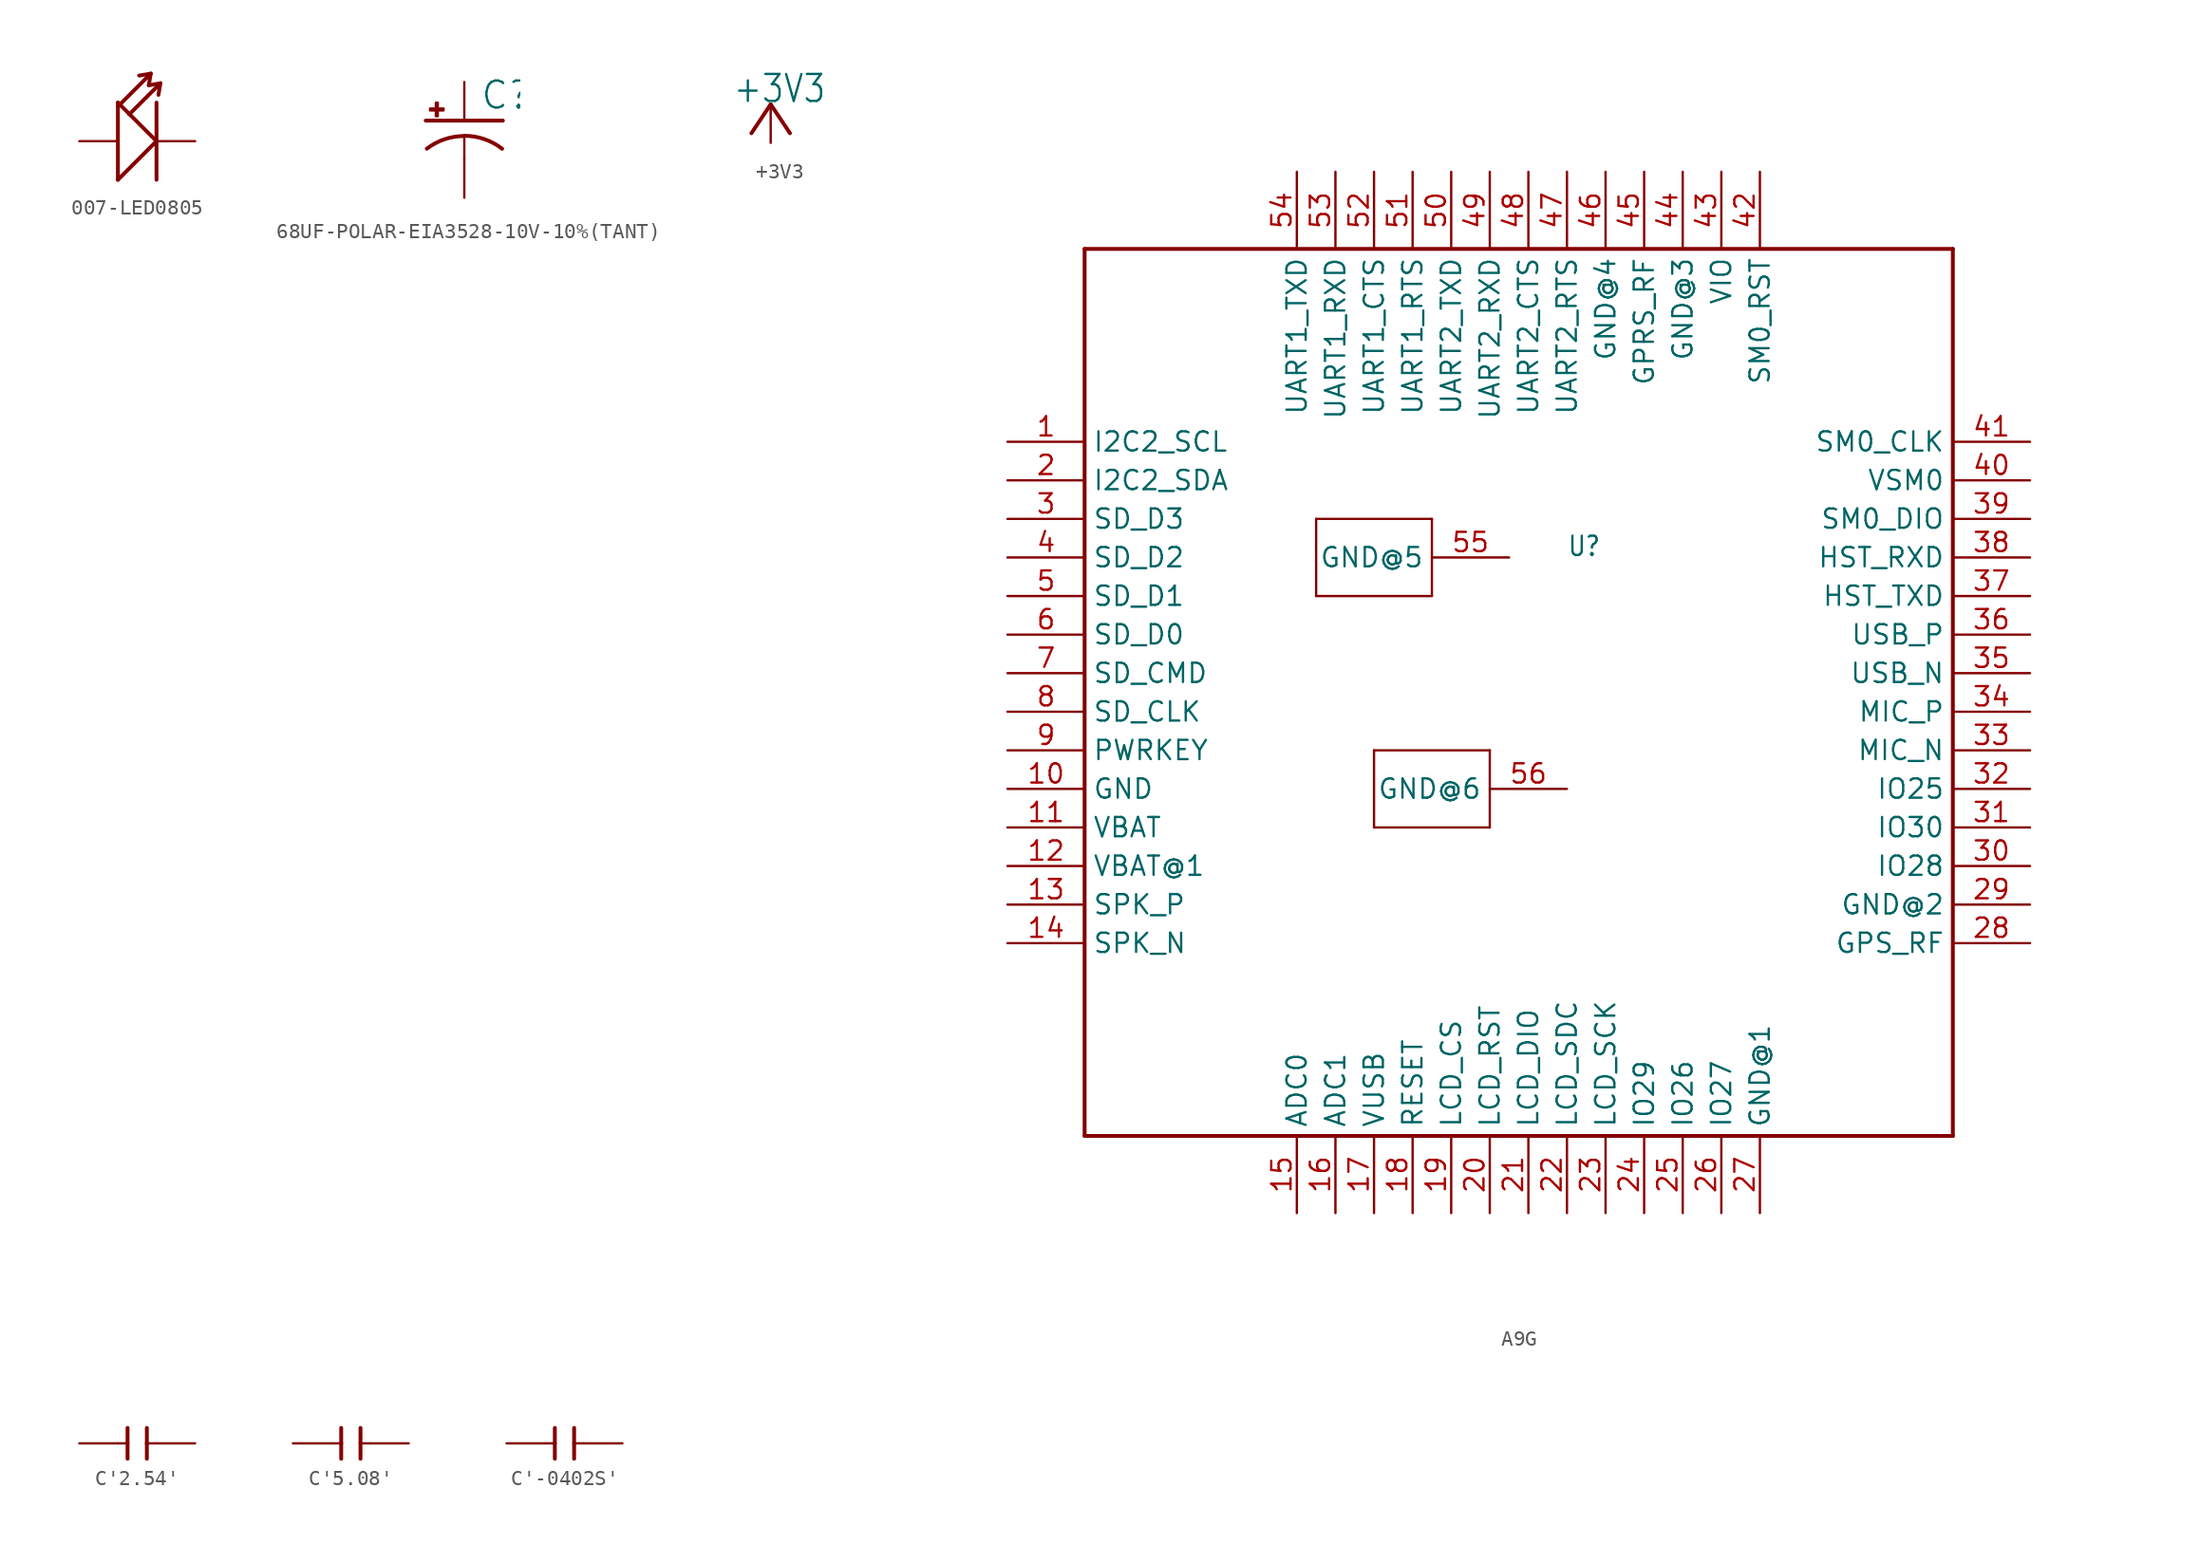
<source format=kicad_sym>
(kicad_symbol_lib
  (version 20220914)
  (generator kicad_symbol_editor)
  (symbol "007-LED0805"
    (property "Reference" "D"
      (at -3.81 0 0)
      (effects (font (size 1.27 1.079)) (justify left bottom) hide))
    (property "ki_locked" ""
      (at 0 0 0)
      (effects (font (size 1.27 1.27))))
    (symbol "007-LED0805_1_0"
      (polyline (pts (xy -1.27 -2.54) (xy -1.27 2.54)) (stroke (width 0.254) (type solid)) (fill (type none)))
      (polyline (pts (xy -1.27 2.54) (xy -1.143 2.413)) (stroke (width 0.254) (type solid)) (fill (type none)))
      (polyline (pts (xy -1.143 2.413) (xy -0.508 1.778)) (stroke (width 0.254) (type solid)) (fill (type none)))
      (polyline (pts (xy -1.143 2.413) (xy 0.889 4.445)) (stroke (width 0.254) (type solid)) (fill (type none)))
      (polyline (pts (xy -0.508 1.778) (xy 1.27 0)) (stroke (width 0.254) (type solid)) (fill (type none)))
      (polyline (pts (xy -0.508 1.778) (xy 1.524 3.81)) (stroke (width 0.254) (type solid)) (fill (type none)))
      (polyline (pts (xy 0.889 4.445) (xy 0.127 4.318)) (stroke (width 0.254) (type solid)) (fill (type none)))
      (polyline (pts (xy 0.889 4.445) (xy 0.762 3.683)) (stroke (width 0.254) (type solid)) (fill (type none)))
      (polyline (pts (xy 1.27 0) (xy -1.27 -2.54)) (stroke (width 0.254) (type solid)) (fill (type none)))
      (polyline (pts (xy 1.27 2.54) (xy 1.27 -2.54)) (stroke (width 0.254) (type solid)) (fill (type none)))
      (polyline (pts (xy 1.524 3.81) (xy 0.762 3.683)) (stroke (width 0.254) (type solid)) (fill (type none)))
      (polyline (pts (xy 1.524 3.81) (xy 1.397 3.048)) (stroke (width 0.254) (type solid)) (fill (type none)))
      (pin passive line (at -3.81 0 0) (length 2.54) (name "+" (effects (font (size 0 0)))) (number "+" (effects (font (size 0 0)))))
      (pin passive line (at 3.81 0 180) (length 2.54) (name "-" (effects (font (size 0 0)))) (number "-" (effects (font (size 0 0)))))))
  (symbol "68UF-POLAR-EIA3528-10V-10%(TANT)"
    (property "Reference" "C"
      (at 1.016 0.635 0)
      (effects (font (size 1.778 1.778)) (justify left bottom)))
    (property "Value" ""
      (at 1.016 -4.191 0)
      (effects (font (size 1.778 1.778)) (justify left bottom)))
    (property "ki_locked" ""
      (at 0 0 0)
      (effects (font (size 1.27 1.27))))
    (symbol "68UF-POLAR-EIA3528-10V-10%(TANT)_1_0"
      (rectangle (start -2.253 0.668) (end -1.364 0.795) (stroke (width 0) (type default)) (fill (type outline)))
      (rectangle (start -1.872 0.287) (end -1.745 1.176) (stroke (width 0) (type default)) (fill (type outline)))
      (arc (start 0 -1.0161) (mid -1.3021 -1.2303) (end -2.4669 -1.8504) (stroke (width 0.254) (type solid)) (fill (type none)))
      (polyline (pts (xy -2.54 0) (xy 2.54 0)) (stroke (width 0.254) (type solid)) (fill (type none)))
      (polyline (pts (xy 0 -1.016) (xy 0 -2.54)) (stroke (width 0.152) (type solid)) (fill (type none)))
      (arc (start 2.4892 -1.8541) (mid 1.3158 -1.2194) (end 0 -1) (stroke (width 0.254) (type solid)) (fill (type none)))
      (pin passive line (at 0 2.54 270) (length 2.54) (name "+" (effects (font (size 0 0)))) (number "A" (effects (font (size 0 0)))))
      (pin passive line (at 0 -5.08 90) (length 2.54) (name "-" (effects (font (size 0 0)))) (number "C" (effects (font (size 0 0)))))))
  (symbol "+3V3"
    (power)
    (property "Reference" "#+3V3"
      (at 0 0 0)
      (effects (font (size 1.27 1.27)) hide))
    (property "Value" "+3V3"
      (at -2.54 0 0)
      (effects (font (size 1.778 1.511)) (justify left bottom)))
    (property "ki_locked" ""
      (at 0 0 0)
      (effects (font (size 1.27 1.27))))
    (symbol "+3V3_1_0"
      (polyline (pts (xy 0 0) (xy -1.27 -1.905)) (stroke (width 0.254) (type solid)) (fill (type none)))
      (polyline (pts (xy 1.27 -1.905) (xy 0 0)) (stroke (width 0.254) (type solid)) (fill (type none)))
      (pin power_in line (at 0 -2.54 90) (length 2.54) (name "+3V3" (effects (font (size 0 0)))) (number "1" (effects (font (size 0 0)))))))
  (symbol "A9G"
    (property "Reference" "U"
      (at 2.54 8.89 0)
      (effects (font (size 1.27 1.079)) (justify left bottom)))
    (property "Value" ""
      (at 2.54 6.35 0)
      (effects (font (size 1.27 1.079)) (justify left bottom)))
    (property "ki_locked" ""
      (at 0 0 0)
      (effects (font (size 1.27 1.27))))
    (symbol "A9G_1_0"
      (polyline (pts (xy -29.21 -29.21) (xy 27.94 -29.21)) (stroke (width 0.254) (type solid)) (fill (type none)))
      (polyline (pts (xy -29.21 29.21) (xy -29.21 -29.21)) (stroke (width 0.254) (type solid)) (fill (type none)))
      (polyline (pts (xy -13.97 6.35) (xy -13.97 11.43)) (stroke (width 0.152) (type solid)) (fill (type none)))
      (polyline (pts (xy -13.97 11.43) (xy -6.35 11.43)) (stroke (width 0.152) (type solid)) (fill (type none)))
      (polyline (pts (xy -10.16 -8.89) (xy -2.54 -8.89)) (stroke (width 0.152) (type solid)) (fill (type none)))
      (polyline (pts (xy -10.16 -3.81) (xy -10.16 -8.89)) (stroke (width 0.152) (type solid)) (fill (type none)))
      (polyline (pts (xy -6.35 6.35) (xy -13.97 6.35)) (stroke (width 0.152) (type solid)) (fill (type none)))
      (polyline (pts (xy -6.35 11.43) (xy -6.35 6.35)) (stroke (width 0.152) (type solid)) (fill (type none)))
      (polyline (pts (xy -2.54 -8.89) (xy -2.54 -3.81)) (stroke (width 0.152) (type solid)) (fill (type none)))
      (polyline (pts (xy -2.54 -3.81) (xy -10.16 -3.81)) (stroke (width 0.152) (type solid)) (fill (type none)))
      (polyline (pts (xy 27.94 -29.21) (xy 27.94 29.21)) (stroke (width 0.254) (type solid)) (fill (type none)))
      (polyline (pts (xy 27.94 29.21) (xy -29.21 29.21)) (stroke (width 0.254) (type solid)) (fill (type none)))
      (pin bidirectional line (at -34.29 16.51 0) (length 5.08) (name "I2C2_SCL" (effects (font (size 1.27 1.27)))) (number "1" (effects (font (size 1.27 1.27)))))
      (pin bidirectional line (at -34.29 -6.35 0) (length 5.08) (name "GND" (effects (font (size 1.27 1.27)))) (number "10" (effects (font (size 1.27 1.27)))))
      (pin bidirectional line (at -34.29 -8.89 0) (length 5.08) (name "VBAT" (effects (font (size 1.27 1.27)))) (number "11" (effects (font (size 1.27 1.27)))))
      (pin bidirectional line (at -34.29 -11.43 0) (length 5.08) (name "VBAT@1" (effects (font (size 1.27 1.27)))) (number "12" (effects (font (size 1.27 1.27)))))
      (pin bidirectional line (at -34.29 -13.97 0) (length 5.08) (name "SPK_P" (effects (font (size 1.27 1.27)))) (number "13" (effects (font (size 1.27 1.27)))))
      (pin bidirectional line (at -34.29 -16.51 0) (length 5.08) (name "SPK_N" (effects (font (size 1.27 1.27)))) (number "14" (effects (font (size 1.27 1.27)))))
      (pin bidirectional line (at -15.24 -34.29 90) (length 5.08) (name "ADC0" (effects (font (size 1.27 1.27)))) (number "15" (effects (font (size 1.27 1.27)))))
      (pin bidirectional line (at -12.7 -34.29 90) (length 5.08) (name "ADC1" (effects (font (size 1.27 1.27)))) (number "16" (effects (font (size 1.27 1.27)))))
      (pin bidirectional line (at -10.16 -34.29 90) (length 5.08) (name "VUSB" (effects (font (size 1.27 1.27)))) (number "17" (effects (font (size 1.27 1.27)))))
      (pin bidirectional line (at -7.62 -34.29 90) (length 5.08) (name "RESET" (effects (font (size 1.27 1.27)))) (number "18" (effects (font (size 1.27 1.27)))))
      (pin bidirectional line (at -5.08 -34.29 90) (length 5.08) (name "LCD_CS" (effects (font (size 1.27 1.27)))) (number "19" (effects (font (size 1.27 1.27)))))
      (pin bidirectional line (at -34.29 13.97 0) (length 5.08) (name "I2C2_SDA" (effects (font (size 1.27 1.27)))) (number "2" (effects (font (size 1.27 1.27)))))
      (pin bidirectional line (at -2.54 -34.29 90) (length 5.08) (name "LCD_RST" (effects (font (size 1.27 1.27)))) (number "20" (effects (font (size 1.27 1.27)))))
      (pin bidirectional line (at 0 -34.29 90) (length 5.08) (name "LCD_DIO" (effects (font (size 1.27 1.27)))) (number "21" (effects (font (size 1.27 1.27)))))
      (pin bidirectional line (at 2.54 -34.29 90) (length 5.08) (name "LCD_SDC" (effects (font (size 1.27 1.27)))) (number "22" (effects (font (size 1.27 1.27)))))
      (pin bidirectional line (at 5.08 -34.29 90) (length 5.08) (name "LCD_SCK" (effects (font (size 1.27 1.27)))) (number "23" (effects (font (size 1.27 1.27)))))
      (pin bidirectional line (at 7.62 -34.29 90) (length 5.08) (name "IO29" (effects (font (size 1.27 1.27)))) (number "24" (effects (font (size 1.27 1.27)))))
      (pin bidirectional line (at 10.16 -34.29 90) (length 5.08) (name "IO26" (effects (font (size 1.27 1.27)))) (number "25" (effects (font (size 1.27 1.27)))))
      (pin bidirectional line (at 12.7 -34.29 90) (length 5.08) (name "IO27" (effects (font (size 1.27 1.27)))) (number "26" (effects (font (size 1.27 1.27)))))
      (pin bidirectional line (at 15.24 -34.29 90) (length 5.08) (name "GND@1" (effects (font (size 1.27 1.27)))) (number "27" (effects (font (size 1.27 1.27)))))
      (pin bidirectional line (at 33.02 -16.51 180) (length 5.08) (name "GPS_RF" (effects (font (size 1.27 1.27)))) (number "28" (effects (font (size 1.27 1.27)))))
      (pin bidirectional line (at 33.02 -13.97 180) (length 5.08) (name "GND@2" (effects (font (size 1.27 1.27)))) (number "29" (effects (font (size 1.27 1.27)))))
      (pin bidirectional line (at -34.29 11.43 0) (length 5.08) (name "SD_D3" (effects (font (size 1.27 1.27)))) (number "3" (effects (font (size 1.27 1.27)))))
      (pin bidirectional line (at 33.02 -11.43 180) (length 5.08) (name "IO28" (effects (font (size 1.27 1.27)))) (number "30" (effects (font (size 1.27 1.27)))))
      (pin bidirectional line (at 33.02 -8.89 180) (length 5.08) (name "IO30" (effects (font (size 1.27 1.27)))) (number "31" (effects (font (size 1.27 1.27)))))
      (pin bidirectional line (at 33.02 -6.35 180) (length 5.08) (name "IO25" (effects (font (size 1.27 1.27)))) (number "32" (effects (font (size 1.27 1.27)))))
      (pin bidirectional line (at 33.02 -3.81 180) (length 5.08) (name "MIC_N" (effects (font (size 1.27 1.27)))) (number "33" (effects (font (size 1.27 1.27)))))
      (pin bidirectional line (at 33.02 -1.27 180) (length 5.08) (name "MIC_P" (effects (font (size 1.27 1.27)))) (number "34" (effects (font (size 1.27 1.27)))))
      (pin bidirectional line (at 33.02 1.27 180) (length 5.08) (name "USB_N" (effects (font (size 1.27 1.27)))) (number "35" (effects (font (size 1.27 1.27)))))
      (pin bidirectional line (at 33.02 3.81 180) (length 5.08) (name "USB_P" (effects (font (size 1.27 1.27)))) (number "36" (effects (font (size 1.27 1.27)))))
      (pin bidirectional line (at 33.02 6.35 180) (length 5.08) (name "HST_TXD" (effects (font (size 1.27 1.27)))) (number "37" (effects (font (size 1.27 1.27)))))
      (pin bidirectional line (at 33.02 8.89 180) (length 5.08) (name "HST_RXD" (effects (font (size 1.27 1.27)))) (number "38" (effects (font (size 1.27 1.27)))))
      (pin bidirectional line (at 33.02 11.43 180) (length 5.08) (name "SM0_DIO" (effects (font (size 1.27 1.27)))) (number "39" (effects (font (size 1.27 1.27)))))
      (pin bidirectional line (at -34.29 8.89 0) (length 5.08) (name "SD_D2" (effects (font (size 1.27 1.27)))) (number "4" (effects (font (size 1.27 1.27)))))
      (pin bidirectional line (at 33.02 13.97 180) (length 5.08) (name "VSM0" (effects (font (size 1.27 1.27)))) (number "40" (effects (font (size 1.27 1.27)))))
      (pin bidirectional line (at 33.02 16.51 180) (length 5.08) (name "SM0_CLK" (effects (font (size 1.27 1.27)))) (number "41" (effects (font (size 1.27 1.27)))))
      (pin bidirectional line (at 15.24 34.29 270) (length 5.08) (name "SM0_RST" (effects (font (size 1.27 1.27)))) (number "42" (effects (font (size 1.27 1.27)))))
      (pin bidirectional line (at 12.7 34.29 270) (length 5.08) (name "VIO" (effects (font (size 1.27 1.27)))) (number "43" (effects (font (size 1.27 1.27)))))
      (pin bidirectional line (at 10.16 34.29 270) (length 5.08) (name "GND@3" (effects (font (size 1.27 1.27)))) (number "44" (effects (font (size 1.27 1.27)))))
      (pin bidirectional line (at 7.62 34.29 270) (length 5.08) (name "GPRS_RF" (effects (font (size 1.27 1.27)))) (number "45" (effects (font (size 1.27 1.27)))))
      (pin bidirectional line (at 5.08 34.29 270) (length 5.08) (name "GND@4" (effects (font (size 1.27 1.27)))) (number "46" (effects (font (size 1.27 1.27)))))
      (pin bidirectional line (at 2.54 34.29 270) (length 5.08) (name "UART2_RTS" (effects (font (size 1.27 1.27)))) (number "47" (effects (font (size 1.27 1.27)))))
      (pin bidirectional line (at 0 34.29 270) (length 5.08) (name "UART2_CTS" (effects (font (size 1.27 1.27)))) (number "48" (effects (font (size 1.27 1.27)))))
      (pin bidirectional line (at -2.54 34.29 270) (length 5.08) (name "UART2_RXD" (effects (font (size 1.27 1.27)))) (number "49" (effects (font (size 1.27 1.27)))))
      (pin bidirectional line (at -34.29 6.35 0) (length 5.08) (name "SD_D1" (effects (font (size 1.27 1.27)))) (number "5" (effects (font (size 1.27 1.27)))))
      (pin bidirectional line (at -5.08 34.29 270) (length 5.08) (name "UART2_TXD" (effects (font (size 1.27 1.27)))) (number "50" (effects (font (size 1.27 1.27)))))
      (pin bidirectional line (at -7.62 34.29 270) (length 5.08) (name "UART1_RTS" (effects (font (size 1.27 1.27)))) (number "51" (effects (font (size 1.27 1.27)))))
      (pin bidirectional line (at -10.16 34.29 270) (length 5.08) (name "UART1_CTS" (effects (font (size 1.27 1.27)))) (number "52" (effects (font (size 1.27 1.27)))))
      (pin bidirectional line (at -12.7 34.29 270) (length 5.08) (name "UART1_RXD" (effects (font (size 1.27 1.27)))) (number "53" (effects (font (size 1.27 1.27)))))
      (pin bidirectional line (at -15.24 34.29 270) (length 5.08) (name "UART1_TXD" (effects (font (size 1.27 1.27)))) (number "54" (effects (font (size 1.27 1.27)))))
      (pin bidirectional line (at -1.27 8.89 180) (length 5.08) (name "GND@5" (effects (font (size 1.27 1.27)))) (number "55" (effects (font (size 1.27 1.27)))))
      (pin bidirectional line (at 2.54 -6.35 180) (length 5.08) (name "GND@6" (effects (font (size 1.27 1.27)))) (number "56" (effects (font (size 1.27 1.27)))))
      (pin bidirectional line (at -34.29 3.81 0) (length 5.08) (name "SD_D0" (effects (font (size 1.27 1.27)))) (number "6" (effects (font (size 1.27 1.27)))))
      (pin bidirectional line (at -34.29 1.27 0) (length 5.08) (name "SD_CMD" (effects (font (size 1.27 1.27)))) (number "7" (effects (font (size 1.27 1.27)))))
      (pin bidirectional line (at -34.29 -1.27 0) (length 5.08) (name "SD_CLK" (effects (font (size 1.27 1.27)))) (number "8" (effects (font (size 1.27 1.27)))))
      (pin bidirectional line (at -34.29 -3.81 0) (length 5.08) (name "PWRKEY" (effects (font (size 1.27 1.27)))) (number "9" (effects (font (size 1.27 1.27)))))))
  (symbol "C'2.54'"
    (property "Reference" "C"
      (at -3.81 0 0)
      (effects (font (size 1.27 1.079)) (justify left bottom) hide))
    (property "ki_locked" ""
      (at 0 0 0)
      (effects (font (size 1.27 1.27))))
    (symbol "C'2.54'_1_0"
      (polyline (pts (xy -1.27 0) (xy -0.635 0)) (stroke (width 0.152) (type solid)) (fill (type none)))
      (polyline (pts (xy -0.635 -1.016) (xy -0.635 0)) (stroke (width 0.254) (type solid)) (fill (type none)))
      (polyline (pts (xy -0.635 0) (xy -0.635 1.016)) (stroke (width 0.254) (type solid)) (fill (type none)))
      (polyline (pts (xy 0.635 0) (xy 0.635 -1.016)) (stroke (width 0.254) (type solid)) (fill (type none)))
      (polyline (pts (xy 0.635 0) (xy 1.27 0)) (stroke (width 0.152) (type solid)) (fill (type none)))
      (polyline (pts (xy 0.635 1.016) (xy 0.635 0)) (stroke (width 0.254) (type solid)) (fill (type none)))
      (pin passive line (at -3.81 0 0) (length 2.54) (name "1" (effects (font (size 0 0)))) (number "1" (effects (font (size 0 0)))))
      (pin passive line (at 3.81 0 180) (length 2.54) (name "2" (effects (font (size 0 0)))) (number "2" (effects (font (size 0 0)))))))
  (symbol "C'5.08'"
    (property "Reference" "C"
      (at -3.81 0 0)
      (effects (font (size 1.27 1.079)) (justify left bottom) hide))
    (property "ki_locked" ""
      (at 0 0 0)
      (effects (font (size 1.27 1.27))))
    (symbol "C'5.08'_1_0"
      (polyline (pts (xy -1.27 0) (xy -0.635 0)) (stroke (width 0.152) (type solid)) (fill (type none)))
      (polyline (pts (xy -0.635 -1.016) (xy -0.635 0)) (stroke (width 0.254) (type solid)) (fill (type none)))
      (polyline (pts (xy -0.635 0) (xy -0.635 1.016)) (stroke (width 0.254) (type solid)) (fill (type none)))
      (polyline (pts (xy 0.635 0) (xy 0.635 -1.016)) (stroke (width 0.254) (type solid)) (fill (type none)))
      (polyline (pts (xy 0.635 0) (xy 1.27 0)) (stroke (width 0.152) (type solid)) (fill (type none)))
      (polyline (pts (xy 0.635 1.016) (xy 0.635 0)) (stroke (width 0.254) (type solid)) (fill (type none)))
      (pin passive line (at -3.81 0 0) (length 2.54) (name "1" (effects (font (size 0 0)))) (number "1" (effects (font (size 0 0)))))
      (pin passive line (at 3.81 0 180) (length 2.54) (name "2" (effects (font (size 0 0)))) (number "2" (effects (font (size 0 0)))))))
  (symbol "C'-0402S'"
    (property "Reference" "C"
      (at -3.81 0 0)
      (effects (font (size 1.27 1.079)) (justify left bottom) hide))
    (property "ki_locked" ""
      (at 0 0 0)
      (effects (font (size 1.27 1.27))))
    (symbol "C'-0402S'_1_0"
      (polyline (pts (xy -1.27 0) (xy -0.635 0)) (stroke (width 0.152) (type solid)) (fill (type none)))
      (polyline (pts (xy -0.635 -1.016) (xy -0.635 0)) (stroke (width 0.254) (type solid)) (fill (type none)))
      (polyline (pts (xy -0.635 0) (xy -0.635 1.016)) (stroke (width 0.254) (type solid)) (fill (type none)))
      (polyline (pts (xy 0.635 0) (xy 0.635 -1.016)) (stroke (width 0.254) (type solid)) (fill (type none)))
      (polyline (pts (xy 0.635 0) (xy 1.27 0)) (stroke (width 0.152) (type solid)) (fill (type none)))
      (polyline (pts (xy 0.635 1.016) (xy 0.635 0)) (stroke (width 0.254) (type solid)) (fill (type none)))
      (pin passive line (at -3.81 0 0) (length 2.54) (name "1" (effects (font (size 0 0)))) (number "1" (effects (font (size 0 0)))))
      (pin passive line (at 3.81 0 180) (length 2.54) (name "2" (effects (font (size 0 0)))) (number "2" (effects (font (size 0 0))))))))
</source>
